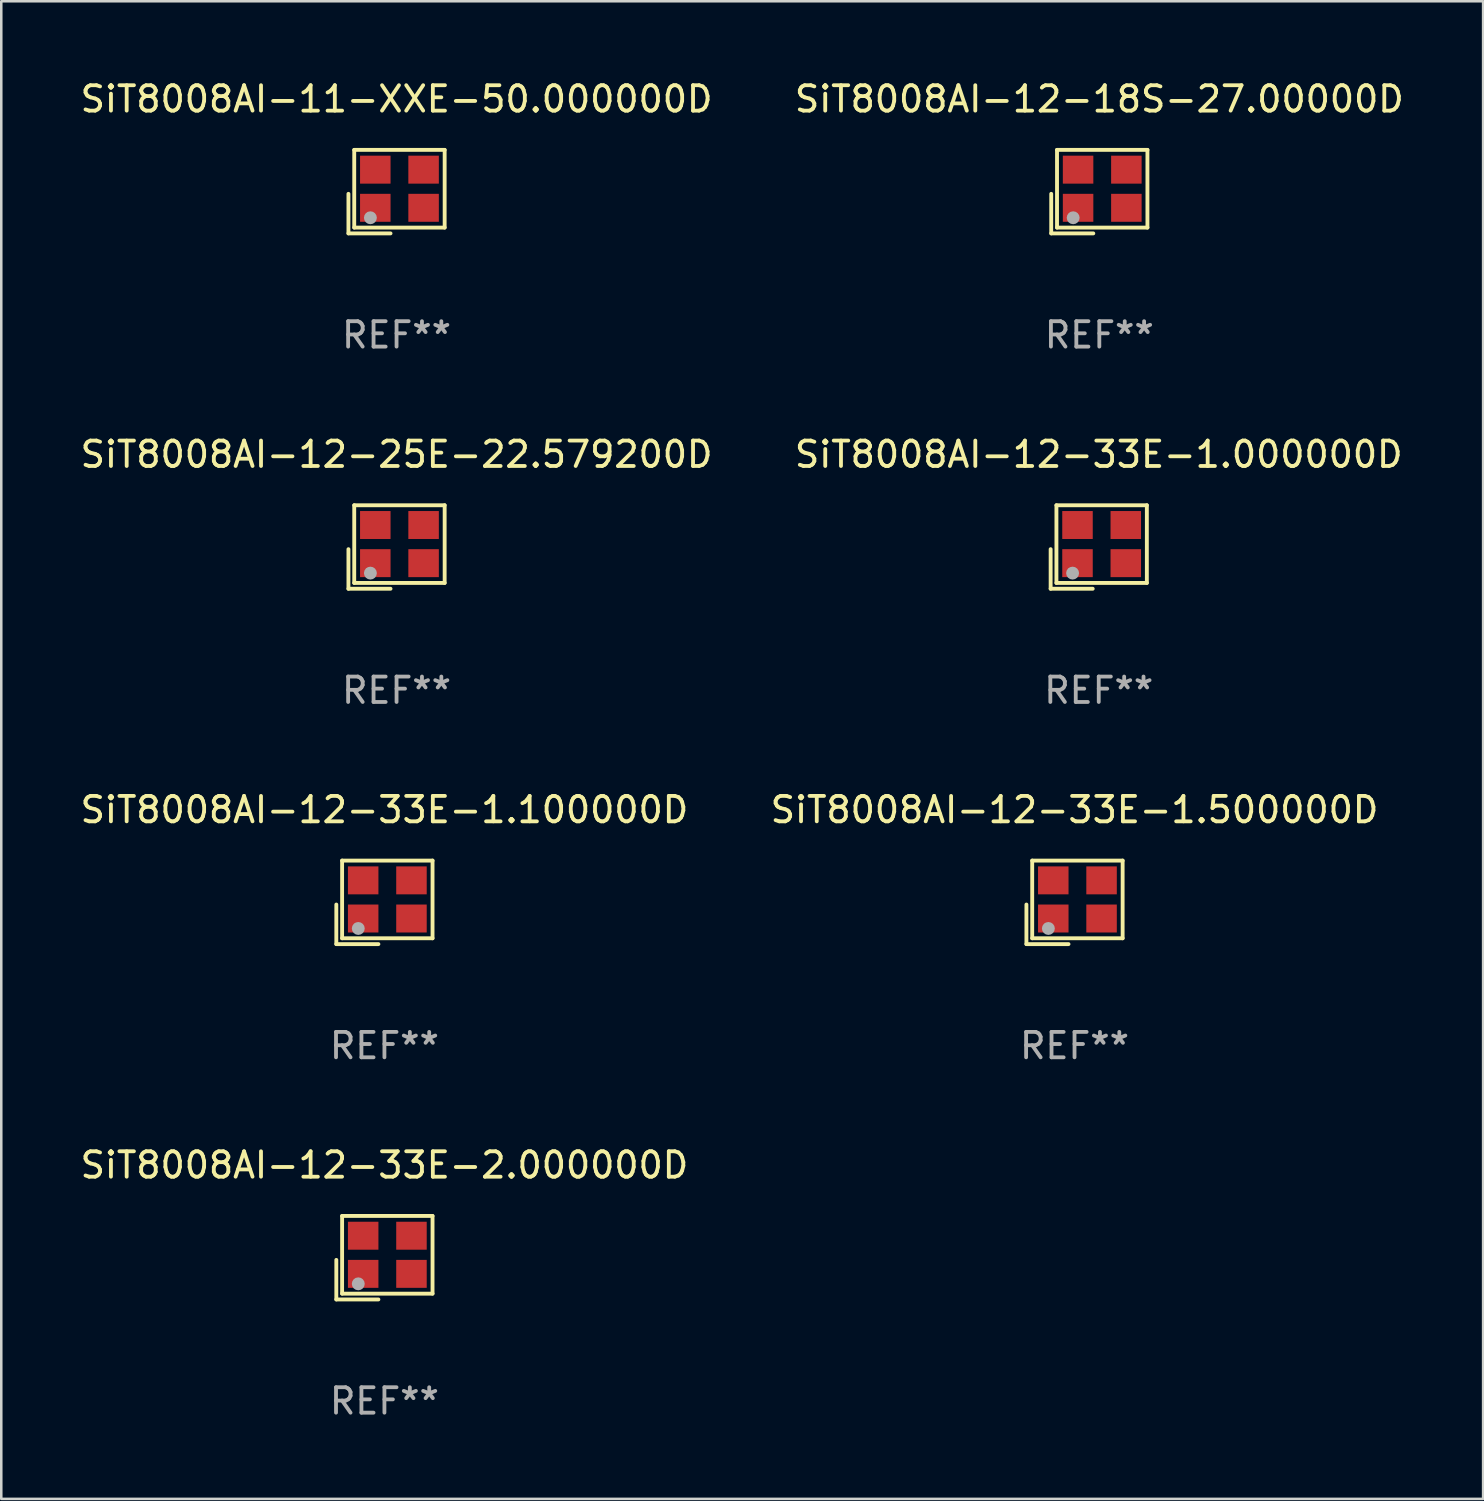
<source format=kicad_pcb>
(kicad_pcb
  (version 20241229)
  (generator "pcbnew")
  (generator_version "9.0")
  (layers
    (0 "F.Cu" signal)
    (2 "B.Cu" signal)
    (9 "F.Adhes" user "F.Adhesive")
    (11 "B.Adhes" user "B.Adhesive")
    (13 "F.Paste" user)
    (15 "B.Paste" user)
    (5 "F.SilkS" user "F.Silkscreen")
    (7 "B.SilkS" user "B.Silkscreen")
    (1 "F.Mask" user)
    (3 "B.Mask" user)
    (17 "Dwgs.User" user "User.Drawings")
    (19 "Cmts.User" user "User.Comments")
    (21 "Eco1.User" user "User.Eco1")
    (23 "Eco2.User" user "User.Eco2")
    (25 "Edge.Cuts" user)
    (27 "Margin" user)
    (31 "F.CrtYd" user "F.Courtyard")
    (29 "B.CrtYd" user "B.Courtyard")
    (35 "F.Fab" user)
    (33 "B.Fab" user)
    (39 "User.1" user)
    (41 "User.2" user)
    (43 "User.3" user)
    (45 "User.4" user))
  (footprint "SiT8008AI-12-33E-2.000000D"
    (layer "F.Cu")
    (at 12.077 46.44)
    (property "Reference" "SiT8008AI-12-33E-2.000000D" (at 0 -3.643 0) (layer "F.SilkS") (effects (font (size 1 1) (thickness 0.15))))
    (attr through_hole)
    (fp_line (start -1.893 0.086) (end -1.893 1.643) (stroke (width 0.152) (type solid)) (layer "F.SilkS"))
    (fp_line (start -1.893 1.643) (end -0.237 1.643) (stroke (width 0.152) (type solid)) (layer "F.SilkS"))
    (fp_line (start -1.665 -1.643) (end 1.893 -1.643) (stroke (width 0.152) (type solid)) (layer "F.SilkS"))
    (fp_line (start -1.665 1.414) (end -1.665 -1.643) (stroke (width 0.152) (type solid)) (layer "F.SilkS"))
    (fp_line (start 1.893 -1.643) (end 1.893 1.414) (stroke (width 0.152) (type solid)) (layer "F.SilkS"))
    (fp_line (start 1.893 1.414) (end -1.665 1.414) (stroke (width 0.152) (type solid)) (layer "F.SilkS"))
    (fp_circle (center -1.136 0.885) (end -1.106 0.885) (stroke (width 0.06) (type solid)) (fill no) (layer "F.SilkS"))
    (fp_circle (center -1.029 1.028) (end -0.902 1.028) (stroke (width 0.254) (type solid)) (fill no) (layer "F.Fab"))
    (fp_text user "REF**" (at 0 5.643 0) (layer "F.Fab") (effects (font (size 1 1) (thickness 0.15))))
    (pad "1" smd rect (at -0.836 0.636) (size 1.2 1.1) (layers "F.Cu" "F.Mask" "F.Paste"))
    (pad "2" smd rect (at 1.064 0.636) (size 1.2 1.1) (layers "F.Cu" "F.Mask" "F.Paste"))
    (pad "3" smd rect (at 1.064 -0.865) (size 1.2 1.1) (layers "F.Cu" "F.Mask" "F.Paste"))
    (pad "4" smd rect (at -0.836 -0.865) (size 1.2 1.1) (layers "F.Cu" "F.Mask" "F.Paste")))
  (footprint "SiT8008AI-11-XXE-50.000000D"
    (layer "F.Cu")
    (at 12.554 4.491)
    (property "Reference" "SiT8008AI-11-XXE-50.000000D" (at 0 -3.643 0) (layer "F.SilkS") (effects (font (size 1 1) (thickness 0.15))))
    (attr through_hole)
    (fp_line (start -1.893 0.086) (end -1.893 1.643) (stroke (width 0.152) (type solid)) (layer "F.SilkS"))
    (fp_line (start -1.893 1.643) (end -0.237 1.643) (stroke (width 0.152) (type solid)) (layer "F.SilkS"))
    (fp_line (start -1.665 -1.643) (end 1.893 -1.643) (stroke (width 0.152) (type solid)) (layer "F.SilkS"))
    (fp_line (start -1.665 1.414) (end -1.665 -1.643) (stroke (width 0.152) (type solid)) (layer "F.SilkS"))
    (fp_line (start 1.893 -1.643) (end 1.893 1.414) (stroke (width 0.152) (type solid)) (layer "F.SilkS"))
    (fp_line (start 1.893 1.414) (end -1.665 1.414) (stroke (width 0.152) (type solid)) (layer "F.SilkS"))
    (fp_circle (center -1.136 0.885) (end -1.106 0.885) (stroke (width 0.06) (type solid)) (fill no) (layer "F.SilkS"))
    (fp_circle (center -1.029 1.028) (end -0.902 1.028) (stroke (width 0.254) (type solid)) (fill no) (layer "F.Fab"))
    (fp_text user "REF**" (at 0 5.643 0) (layer "F.Fab") (effects (font (size 1 1) (thickness 0.15))))
    (pad "1" smd rect (at -0.836 0.636) (size 1.2 1.1) (layers "F.Cu" "F.Mask" "F.Paste"))
    (pad "2" smd rect (at 1.064 0.636) (size 1.2 1.1) (layers "F.Cu" "F.Mask" "F.Paste"))
    (pad "3" smd rect (at 1.064 -0.865) (size 1.2 1.1) (layers "F.Cu" "F.Mask" "F.Paste"))
    (pad "4" smd rect (at -0.836 -0.865) (size 1.2 1.1) (layers "F.Cu" "F.Mask" "F.Paste")))
  (footprint "SiT8008AI-12-18S-27.00000D"
    (layer "F.Cu")
    (at 40.208 4.491)
    (property "Reference" "SiT8008AI-12-18S-27.00000D" (at 0 -3.643 0) (layer "F.SilkS") (effects (font (size 1 1) (thickness 0.15))))
    (attr through_hole)
    (fp_line (start -1.893 0.086) (end -1.893 1.643) (stroke (width 0.152) (type solid)) (layer "F.SilkS"))
    (fp_line (start -1.893 1.643) (end -0.237 1.643) (stroke (width 0.152) (type solid)) (layer "F.SilkS"))
    (fp_line (start -1.665 -1.643) (end 1.893 -1.643) (stroke (width 0.152) (type solid)) (layer "F.SilkS"))
    (fp_line (start -1.665 1.414) (end -1.665 -1.643) (stroke (width 0.152) (type solid)) (layer "F.SilkS"))
    (fp_line (start 1.893 -1.643) (end 1.893 1.414) (stroke (width 0.152) (type solid)) (layer "F.SilkS"))
    (fp_line (start 1.893 1.414) (end -1.665 1.414) (stroke (width 0.152) (type solid)) (layer "F.SilkS"))
    (fp_circle (center -1.136 0.885) (end -1.106 0.885) (stroke (width 0.06) (type solid)) (fill no) (layer "F.SilkS"))
    (fp_circle (center -1.029 1.028) (end -0.902 1.028) (stroke (width 0.254) (type solid)) (fill no) (layer "F.Fab"))
    (fp_text user "REF**" (at 0 5.643 0) (layer "F.Fab") (effects (font (size 1 1) (thickness 0.15))))
    (pad "1" smd rect (at -0.836 0.636) (size 1.2 1.1) (layers "F.Cu" "F.Mask" "F.Paste"))
    (pad "2" smd rect (at 1.064 0.636) (size 1.2 1.1) (layers "F.Cu" "F.Mask" "F.Paste"))
    (pad "3" smd rect (at 1.064 -0.865) (size 1.2 1.1) (layers "F.Cu" "F.Mask" "F.Paste"))
    (pad "4" smd rect (at -0.836 -0.865) (size 1.2 1.1) (layers "F.Cu" "F.Mask" "F.Paste")))
  (footprint "SiT8008AI-12-25E-22.579200D"
    (layer "F.Cu")
    (at 12.554 18.474)
    (property "Reference" "SiT8008AI-12-25E-22.579200D" (at 0 -3.643 0) (layer "F.SilkS") (effects (font (size 1 1) (thickness 0.15))))
    (attr through_hole)
    (fp_line (start -1.893 0.086) (end -1.893 1.643) (stroke (width 0.152) (type solid)) (layer "F.SilkS"))
    (fp_line (start -1.893 1.643) (end -0.237 1.643) (stroke (width 0.152) (type solid)) (layer "F.SilkS"))
    (fp_line (start -1.665 -1.643) (end 1.893 -1.643) (stroke (width 0.152) (type solid)) (layer "F.SilkS"))
    (fp_line (start -1.665 1.414) (end -1.665 -1.643) (stroke (width 0.152) (type solid)) (layer "F.SilkS"))
    (fp_line (start 1.893 -1.643) (end 1.893 1.414) (stroke (width 0.152) (type solid)) (layer "F.SilkS"))
    (fp_line (start 1.893 1.414) (end -1.665 1.414) (stroke (width 0.152) (type solid)) (layer "F.SilkS"))
    (fp_circle (center -1.136 0.885) (end -1.106 0.885) (stroke (width 0.06) (type solid)) (fill no) (layer "F.SilkS"))
    (fp_circle (center -1.029 1.028) (end -0.902 1.028) (stroke (width 0.254) (type solid)) (fill no) (layer "F.Fab"))
    (fp_text user "REF**" (at 0 5.643 0) (layer "F.Fab") (effects (font (size 1 1) (thickness 0.15))))
    (pad "1" smd rect (at -0.836 0.636) (size 1.2 1.1) (layers "F.Cu" "F.Mask" "F.Paste"))
    (pad "2" smd rect (at 1.064 0.636) (size 1.2 1.1) (layers "F.Cu" "F.Mask" "F.Paste"))
    (pad "3" smd rect (at 1.064 -0.865) (size 1.2 1.1) (layers "F.Cu" "F.Mask" "F.Paste"))
    (pad "4" smd rect (at -0.836 -0.865) (size 1.2 1.1) (layers "F.Cu" "F.Mask" "F.Paste")))
  (footprint "SiT8008AI-12-33E-1.500000D"
    (layer "F.Cu")
    (at 39.232 32.457)
    (property "Reference" "SiT8008AI-12-33E-1.500000D" (at 0 -3.643 0) (layer "F.SilkS") (effects (font (size 1 1) (thickness 0.15))))
    (attr through_hole)
    (fp_line (start -1.893 0.086) (end -1.893 1.643) (stroke (width 0.152) (type solid)) (layer "F.SilkS"))
    (fp_line (start -1.893 1.643) (end -0.237 1.643) (stroke (width 0.152) (type solid)) (layer "F.SilkS"))
    (fp_line (start -1.665 -1.643) (end 1.893 -1.643) (stroke (width 0.152) (type solid)) (layer "F.SilkS"))
    (fp_line (start -1.665 1.414) (end -1.665 -1.643) (stroke (width 0.152) (type solid)) (layer "F.SilkS"))
    (fp_line (start 1.893 -1.643) (end 1.893 1.414) (stroke (width 0.152) (type solid)) (layer "F.SilkS"))
    (fp_line (start 1.893 1.414) (end -1.665 1.414) (stroke (width 0.152) (type solid)) (layer "F.SilkS"))
    (fp_circle (center -1.136 0.885) (end -1.106 0.885) (stroke (width 0.06) (type solid)) (fill no) (layer "F.SilkS"))
    (fp_circle (center -1.029 1.028) (end -0.902 1.028) (stroke (width 0.254) (type solid)) (fill no) (layer "F.Fab"))
    (fp_text user "REF**" (at 0 5.643 0) (layer "F.Fab") (effects (font (size 1 1) (thickness 0.15))))
    (pad "1" smd rect (at -0.836 0.636) (size 1.2 1.1) (layers "F.Cu" "F.Mask" "F.Paste"))
    (pad "2" smd rect (at 1.064 0.636) (size 1.2 1.1) (layers "F.Cu" "F.Mask" "F.Paste"))
    (pad "3" smd rect (at 1.064 -0.865) (size 1.2 1.1) (layers "F.Cu" "F.Mask" "F.Paste"))
    (pad "4" smd rect (at -0.836 -0.865) (size 1.2 1.1) (layers "F.Cu" "F.Mask" "F.Paste")))
  (footprint "SiT8008AI-12-33E-1.100000D"
    (layer "F.Cu")
    (at 12.077 32.457)
    (property "Reference" "SiT8008AI-12-33E-1.100000D" (at 0 -3.643 0) (layer "F.SilkS") (effects (font (size 1 1) (thickness 0.15))))
    (attr through_hole)
    (fp_line (start -1.893 0.086) (end -1.893 1.643) (stroke (width 0.152) (type solid)) (layer "F.SilkS"))
    (fp_line (start -1.893 1.643) (end -0.237 1.643) (stroke (width 0.152) (type solid)) (layer "F.SilkS"))
    (fp_line (start -1.665 -1.643) (end 1.893 -1.643) (stroke (width 0.152) (type solid)) (layer "F.SilkS"))
    (fp_line (start -1.665 1.414) (end -1.665 -1.643) (stroke (width 0.152) (type solid)) (layer "F.SilkS"))
    (fp_line (start 1.893 -1.643) (end 1.893 1.414) (stroke (width 0.152) (type solid)) (layer "F.SilkS"))
    (fp_line (start 1.893 1.414) (end -1.665 1.414) (stroke (width 0.152) (type solid)) (layer "F.SilkS"))
    (fp_circle (center -1.136 0.885) (end -1.106 0.885) (stroke (width 0.06) (type solid)) (fill no) (layer "F.SilkS"))
    (fp_circle (center -1.029 1.028) (end -0.902 1.028) (stroke (width 0.254) (type solid)) (fill no) (layer "F.Fab"))
    (fp_text user "REF**" (at 0 5.643 0) (layer "F.Fab") (effects (font (size 1 1) (thickness 0.15))))
    (pad "1" smd rect (at -0.836 0.636) (size 1.2 1.1) (layers "F.Cu" "F.Mask" "F.Paste"))
    (pad "2" smd rect (at 1.064 0.636) (size 1.2 1.1) (layers "F.Cu" "F.Mask" "F.Paste"))
    (pad "3" smd rect (at 1.064 -0.865) (size 1.2 1.1) (layers "F.Cu" "F.Mask" "F.Paste"))
    (pad "4" smd rect (at -0.836 -0.865) (size 1.2 1.1) (layers "F.Cu" "F.Mask" "F.Paste")))
  (footprint "SiT8008AI-12-33E-1.000000D"
    (layer "F.Cu")
    (at 40.185 18.474)
    (property "Reference" "SiT8008AI-12-33E-1.000000D" (at 0 -3.643 0) (layer "F.SilkS") (effects (font (size 1 1) (thickness 0.15))))
    (attr through_hole)
    (fp_line (start -1.893 0.086) (end -1.893 1.643) (stroke (width 0.152) (type solid)) (layer "F.SilkS"))
    (fp_line (start -1.893 1.643) (end -0.237 1.643) (stroke (width 0.152) (type solid)) (layer "F.SilkS"))
    (fp_line (start -1.665 -1.643) (end 1.893 -1.643) (stroke (width 0.152) (type solid)) (layer "F.SilkS"))
    (fp_line (start -1.665 1.414) (end -1.665 -1.643) (stroke (width 0.152) (type solid)) (layer "F.SilkS"))
    (fp_line (start 1.893 -1.643) (end 1.893 1.414) (stroke (width 0.152) (type solid)) (layer "F.SilkS"))
    (fp_line (start 1.893 1.414) (end -1.665 1.414) (stroke (width 0.152) (type solid)) (layer "F.SilkS"))
    (fp_circle (center -1.136 0.885) (end -1.106 0.885) (stroke (width 0.06) (type solid)) (fill no) (layer "F.SilkS"))
    (fp_circle (center -1.029 1.028) (end -0.902 1.028) (stroke (width 0.254) (type solid)) (fill no) (layer "F.Fab"))
    (fp_text user "REF**" (at 0 5.643 0) (layer "F.Fab") (effects (font (size 1 1) (thickness 0.15))))
    (pad "1" smd rect (at -0.836 0.636) (size 1.2 1.1) (layers "F.Cu" "F.Mask" "F.Paste"))
    (pad "2" smd rect (at 1.064 0.636) (size 1.2 1.1) (layers "F.Cu" "F.Mask" "F.Paste"))
    (pad "3" smd rect (at 1.064 -0.865) (size 1.2 1.1) (layers "F.Cu" "F.Mask" "F.Paste"))
    (pad "4" smd rect (at -0.836 -0.865) (size 1.2 1.1) (layers "F.Cu" "F.Mask" "F.Paste")))
  (gr_rect
    (start -3 -3)
    (end 55.31 55.931)
    (stroke (width 0.1) (type default))
    (fill no)
    (layer "Edge.Cuts")))
</source>
